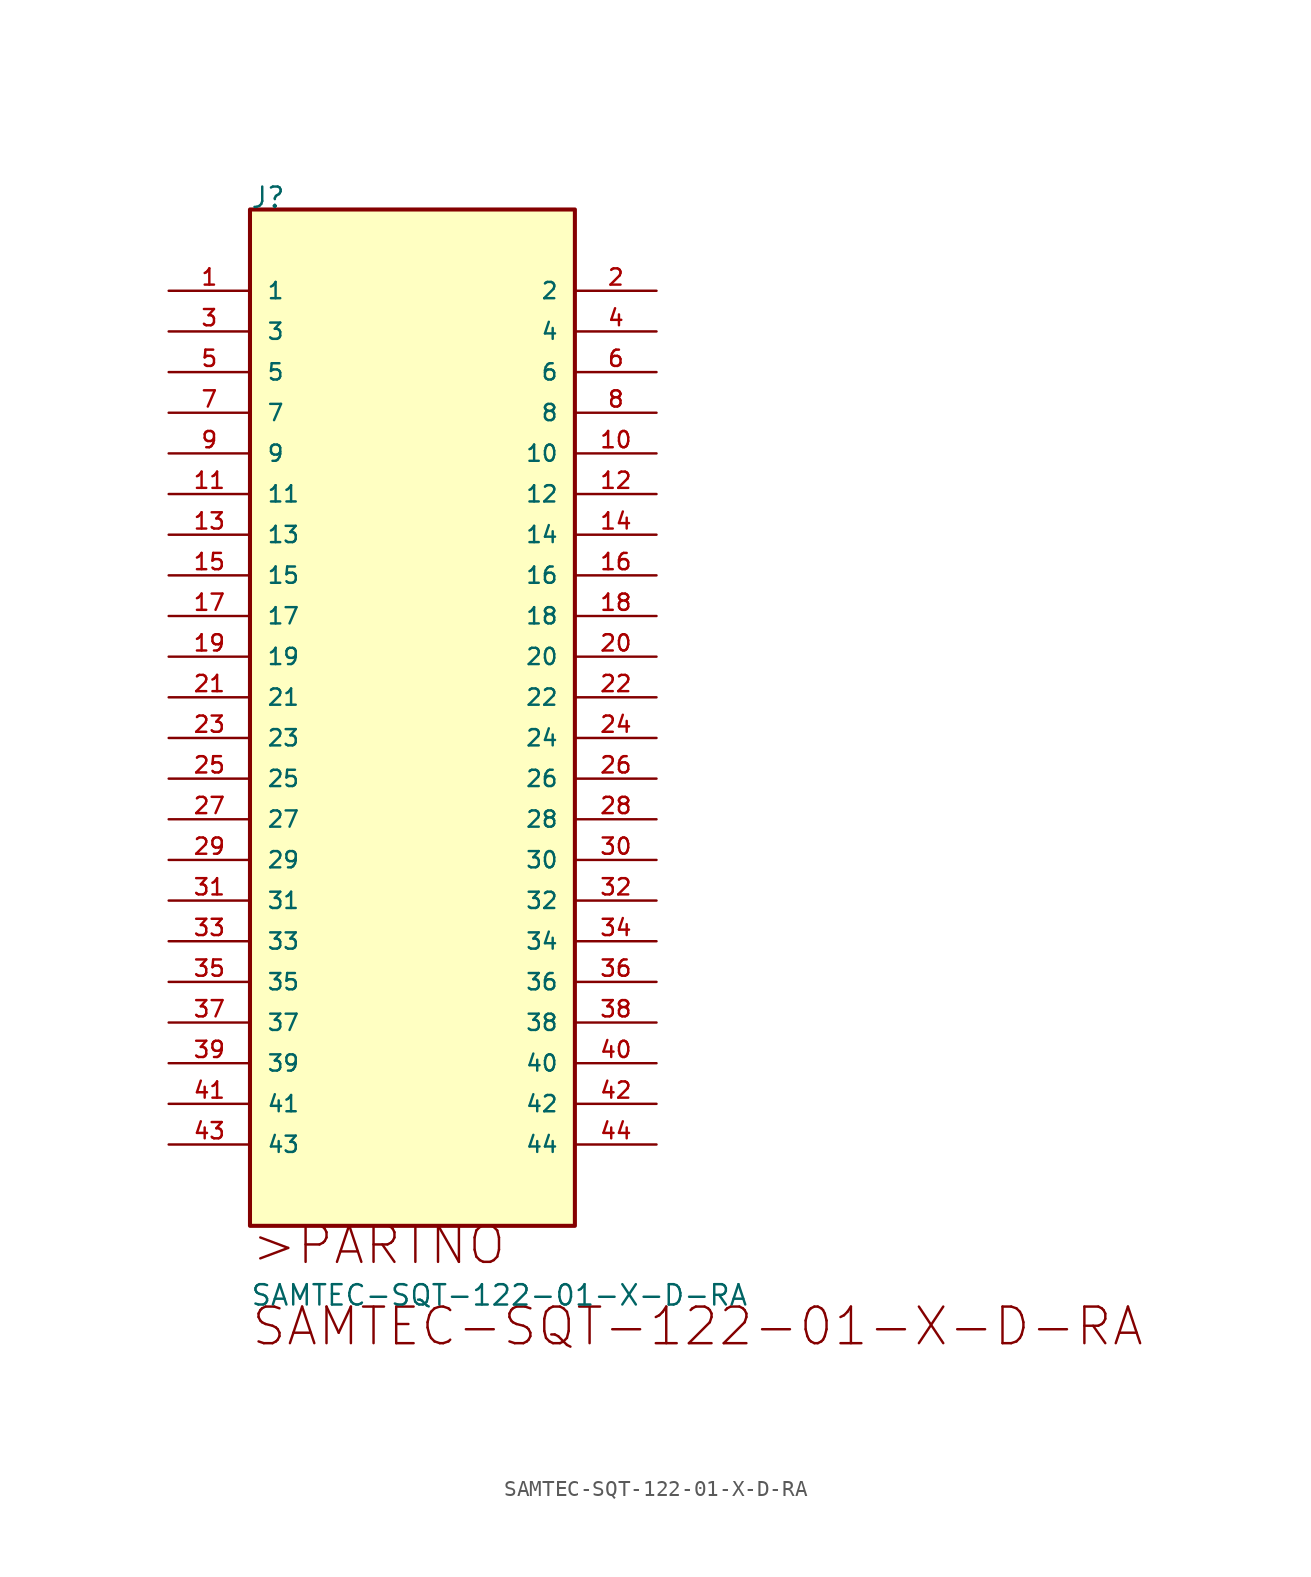
<source format=kicad_sym>
(kicad_symbol_lib
  (version 20211014)
  (generator kicad_symbol_editor)
  (symbol "SAMTEC-SQT-122-01-X-D-RA"
    (pin_names
      (offset 1.016))
    (property "Reference" "J"
      (at 0.0 5.08 0)
      (effects (font (size 1.27 1.27)) (justify bottom left)))
    (property "Value" "SAMTEC-SQT-122-01-X-D-RA"
      (at 0.0 -63.5 0)
      (effects (font (size 1.27 1.27)) (justify bottom left)))
    (symbol "SAMTEC-SQT-122-01-X-D-RA_0_0"
      (text ">PARTNO" (at 0.0 -60.96 0) (effects (font (size 2.286 2.286)) (justify bottom left)))
      (text "SAMTEC-SQT-122-01-X-D-RA" (at 0.0 -66.04 0) (effects (font (size 2.286 2.286)) (justify bottom left)))
      (rectangle (start 0.0 -58.42) (end 20.3 5.08) (stroke (width 0.254)) (fill (type background)))
      (pin passive line (at -5.08 -0.0 0) (length 5.08) (name "1" (effects (font (size 1.016 1.016)))) (number "1" (effects (font (size 1.016 1.016)))))
      (pin passive line (at 25.4 -0.0 180.0) (length 5.08) (name "2" (effects (font (size 1.016 1.016)))) (number "2" (effects (font (size 1.016 1.016)))))
      (pin passive line (at -5.08 -2.54 0) (length 5.08) (name "3" (effects (font (size 1.016 1.016)))) (number "3" (effects (font (size 1.016 1.016)))))
      (pin passive line (at 25.4 -2.54 180.0) (length 5.08) (name "4" (effects (font (size 1.016 1.016)))) (number "4" (effects (font (size 1.016 1.016)))))
      (pin passive line (at -5.08 -5.08 0) (length 5.08) (name "5" (effects (font (size 1.016 1.016)))) (number "5" (effects (font (size 1.016 1.016)))))
      (pin passive line (at 25.4 -5.08 180.0) (length 5.08) (name "6" (effects (font (size 1.016 1.016)))) (number "6" (effects (font (size 1.016 1.016)))))
      (pin passive line (at -5.08 -7.62 0) (length 5.08) (name "7" (effects (font (size 1.016 1.016)))) (number "7" (effects (font (size 1.016 1.016)))))
      (pin passive line (at 25.4 -7.62 180.0) (length 5.08) (name "8" (effects (font (size 1.016 1.016)))) (number "8" (effects (font (size 1.016 1.016)))))
      (pin passive line (at -5.08 -10.16 0) (length 5.08) (name "9" (effects (font (size 1.016 1.016)))) (number "9" (effects (font (size 1.016 1.016)))))
      (pin passive line (at 25.4 -10.16 180.0) (length 5.08) (name "10" (effects (font (size 1.016 1.016)))) (number "10" (effects (font (size 1.016 1.016)))))
      (pin passive line (at -5.08 -12.7 0) (length 5.08) (name "11" (effects (font (size 1.016 1.016)))) (number "11" (effects (font (size 1.016 1.016)))))
      (pin passive line (at 25.4 -12.7 180.0) (length 5.08) (name "12" (effects (font (size 1.016 1.016)))) (number "12" (effects (font (size 1.016 1.016)))))
      (pin passive line (at -5.08 -15.24 0) (length 5.08) (name "13" (effects (font (size 1.016 1.016)))) (number "13" (effects (font (size 1.016 1.016)))))
      (pin passive line (at 25.4 -15.24 180.0) (length 5.08) (name "14" (effects (font (size 1.016 1.016)))) (number "14" (effects (font (size 1.016 1.016)))))
      (pin passive line (at -5.08 -17.78 0) (length 5.08) (name "15" (effects (font (size 1.016 1.016)))) (number "15" (effects (font (size 1.016 1.016)))))
      (pin passive line (at 25.4 -17.78 180.0) (length 5.08) (name "16" (effects (font (size 1.016 1.016)))) (number "16" (effects (font (size 1.016 1.016)))))
      (pin passive line (at -5.08 -20.32 0) (length 5.08) (name "17" (effects (font (size 1.016 1.016)))) (number "17" (effects (font (size 1.016 1.016)))))
      (pin passive line (at 25.4 -20.32 180.0) (length 5.08) (name "18" (effects (font (size 1.016 1.016)))) (number "18" (effects (font (size 1.016 1.016)))))
      (pin passive line (at -5.08 -22.86 0) (length 5.08) (name "19" (effects (font (size 1.016 1.016)))) (number "19" (effects (font (size 1.016 1.016)))))
      (pin passive line (at 25.4 -22.86 180.0) (length 5.08) (name "20" (effects (font (size 1.016 1.016)))) (number "20" (effects (font (size 1.016 1.016)))))
      (pin passive line (at -5.08 -25.4 0) (length 5.08) (name "21" (effects (font (size 1.016 1.016)))) (number "21" (effects (font (size 1.016 1.016)))))
      (pin passive line (at 25.4 -25.4 180.0) (length 5.08) (name "22" (effects (font (size 1.016 1.016)))) (number "22" (effects (font (size 1.016 1.016)))))
      (pin passive line (at -5.08 -27.94 0) (length 5.08) (name "23" (effects (font (size 1.016 1.016)))) (number "23" (effects (font (size 1.016 1.016)))))
      (pin passive line (at 25.4 -27.94 180.0) (length 5.08) (name "24" (effects (font (size 1.016 1.016)))) (number "24" (effects (font (size 1.016 1.016)))))
      (pin passive line (at -5.08 -30.48 0) (length 5.08) (name "25" (effects (font (size 1.016 1.016)))) (number "25" (effects (font (size 1.016 1.016)))))
      (pin passive line (at 25.4 -30.48 180.0) (length 5.08) (name "26" (effects (font (size 1.016 1.016)))) (number "26" (effects (font (size 1.016 1.016)))))
      (pin passive line (at -5.08 -33.02 0) (length 5.08) (name "27" (effects (font (size 1.016 1.016)))) (number "27" (effects (font (size 1.016 1.016)))))
      (pin passive line (at 25.4 -33.02 180.0) (length 5.08) (name "28" (effects (font (size 1.016 1.016)))) (number "28" (effects (font (size 1.016 1.016)))))
      (pin passive line (at -5.08 -35.56 0) (length 5.08) (name "29" (effects (font (size 1.016 1.016)))) (number "29" (effects (font (size 1.016 1.016)))))
      (pin passive line (at 25.4 -35.56 180.0) (length 5.08) (name "30" (effects (font (size 1.016 1.016)))) (number "30" (effects (font (size 1.016 1.016)))))
      (pin passive line (at -5.08 -38.1 0) (length 5.08) (name "31" (effects (font (size 1.016 1.016)))) (number "31" (effects (font (size 1.016 1.016)))))
      (pin passive line (at 25.4 -38.1 180.0) (length 5.08) (name "32" (effects (font (size 1.016 1.016)))) (number "32" (effects (font (size 1.016 1.016)))))
      (pin passive line (at -5.08 -40.64 0) (length 5.08) (name "33" (effects (font (size 1.016 1.016)))) (number "33" (effects (font (size 1.016 1.016)))))
      (pin passive line (at 25.4 -40.64 180.0) (length 5.08) (name "34" (effects (font (size 1.016 1.016)))) (number "34" (effects (font (size 1.016 1.016)))))
      (pin passive line (at -5.08 -43.18 0) (length 5.08) (name "35" (effects (font (size 1.016 1.016)))) (number "35" (effects (font (size 1.016 1.016)))))
      (pin passive line (at 25.4 -43.18 180.0) (length 5.08) (name "36" (effects (font (size 1.016 1.016)))) (number "36" (effects (font (size 1.016 1.016)))))
      (pin passive line (at -5.08 -45.72 0) (length 5.08) (name "37" (effects (font (size 1.016 1.016)))) (number "37" (effects (font (size 1.016 1.016)))))
      (pin passive line (at 25.4 -45.72 180.0) (length 5.08) (name "38" (effects (font (size 1.016 1.016)))) (number "38" (effects (font (size 1.016 1.016)))))
      (pin passive line (at -5.08 -48.26 0) (length 5.08) (name "39" (effects (font (size 1.016 1.016)))) (number "39" (effects (font (size 1.016 1.016)))))
      (pin passive line (at 25.4 -48.26 180.0) (length 5.08) (name "40" (effects (font (size 1.016 1.016)))) (number "40" (effects (font (size 1.016 1.016)))))
      (pin passive line (at -5.08 -50.8 0) (length 5.08) (name "41" (effects (font (size 1.016 1.016)))) (number "41" (effects (font (size 1.016 1.016)))))
      (pin passive line (at 25.4 -50.8 180.0) (length 5.08) (name "42" (effects (font (size 1.016 1.016)))) (number "42" (effects (font (size 1.016 1.016)))))
      (pin passive line (at -5.08 -53.34 0) (length 5.08) (name "43" (effects (font (size 1.016 1.016)))) (number "43" (effects (font (size 1.016 1.016)))))
      (pin passive line (at 25.4 -53.34 180.0) (length 5.08) (name "44" (effects (font (size 1.016 1.016)))) (number "44" (effects (font (size 1.016 1.016))))))))
</source>
